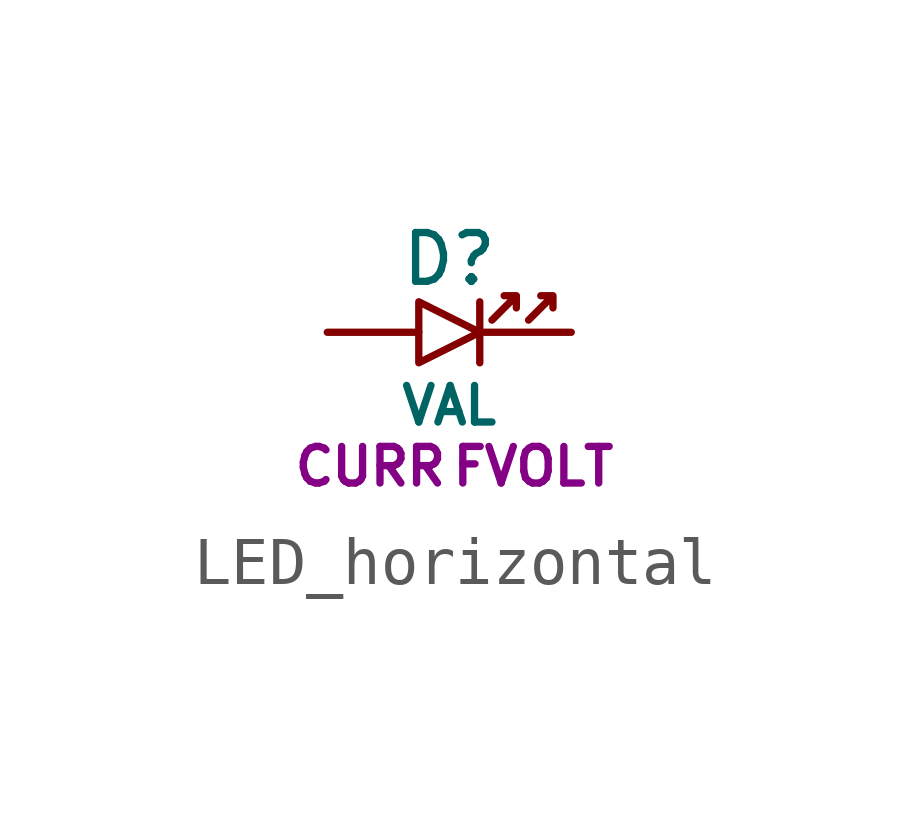
<source format=kicad_sym>
(kicad_symbol_lib
  (version 20231120)
  (generator "kicad_symbol_editor")
  (generator_version "8.0")
  (symbol "LED_horizontal"
    (pin_numbers hide)
    (property "Reference" "D"
      (at 0 1.524 0)
      (do_not_autoplace)
      (effects (font (size 1.016 1.016))))
    (property "Value" "VAL"
      (at 0 -1.524 0)
      (do_not_autoplace)
      (effects (font (size 0.762 0.762))))
    (property "Forward Voltage" "FVOLT"
      (at 0 -2.794 0)
      (do_not_autoplace)
      (effects (font (size 0.762 0.762)) (justify left)))
    (property "Current" "CURR"
      (at 0 -2.794 0)
      (do_not_autoplace)
      (effects (font (size 0.762 0.762)) (justify right)))
    (symbol "LED_horizontal_0_1"
      (polyline (pts (xy 0.635 0.635) (xy 0.635 -0.635)) (stroke (width 0) (type default)) (fill (type none)))
      (polyline (pts (xy 0.889 0.254) (xy 1.397 0.762) (xy 1.143 0.762) (xy 1.397 0.762) (xy 1.397 0.508)) (stroke (width 0) (type default)) (fill (type none)))
      (polyline (pts (xy 1.651 0.254) (xy 2.159 0.762) (xy 1.905 0.762) (xy 2.159 0.762) (xy 2.159 0.508)) (stroke (width 0) (type default)) (fill (type none))))
    (symbol "LED_horizontal_1_0"
      (pin passive line (at -2.54 0 0) (length 1.905) (name "" (effects (font (size 1.27 1.27)))) (number "1" (effects (font (size 1.27 1.27)))))
      (pin passive line (at 2.54 0 180) (length 1.905) (name "" (effects (font (size 1.27 1.27)))) (number "2" (effects (font (size 1.27 1.27))))))
    (symbol "LED_horizontal_1_1"
      (polyline (pts (xy -0.635 0.635) (xy -0.635 -0.635) (xy 0.635 0) (xy -0.635 0.635)) (stroke (width 0.152) (type default)) (fill (type none))))))
</source>
